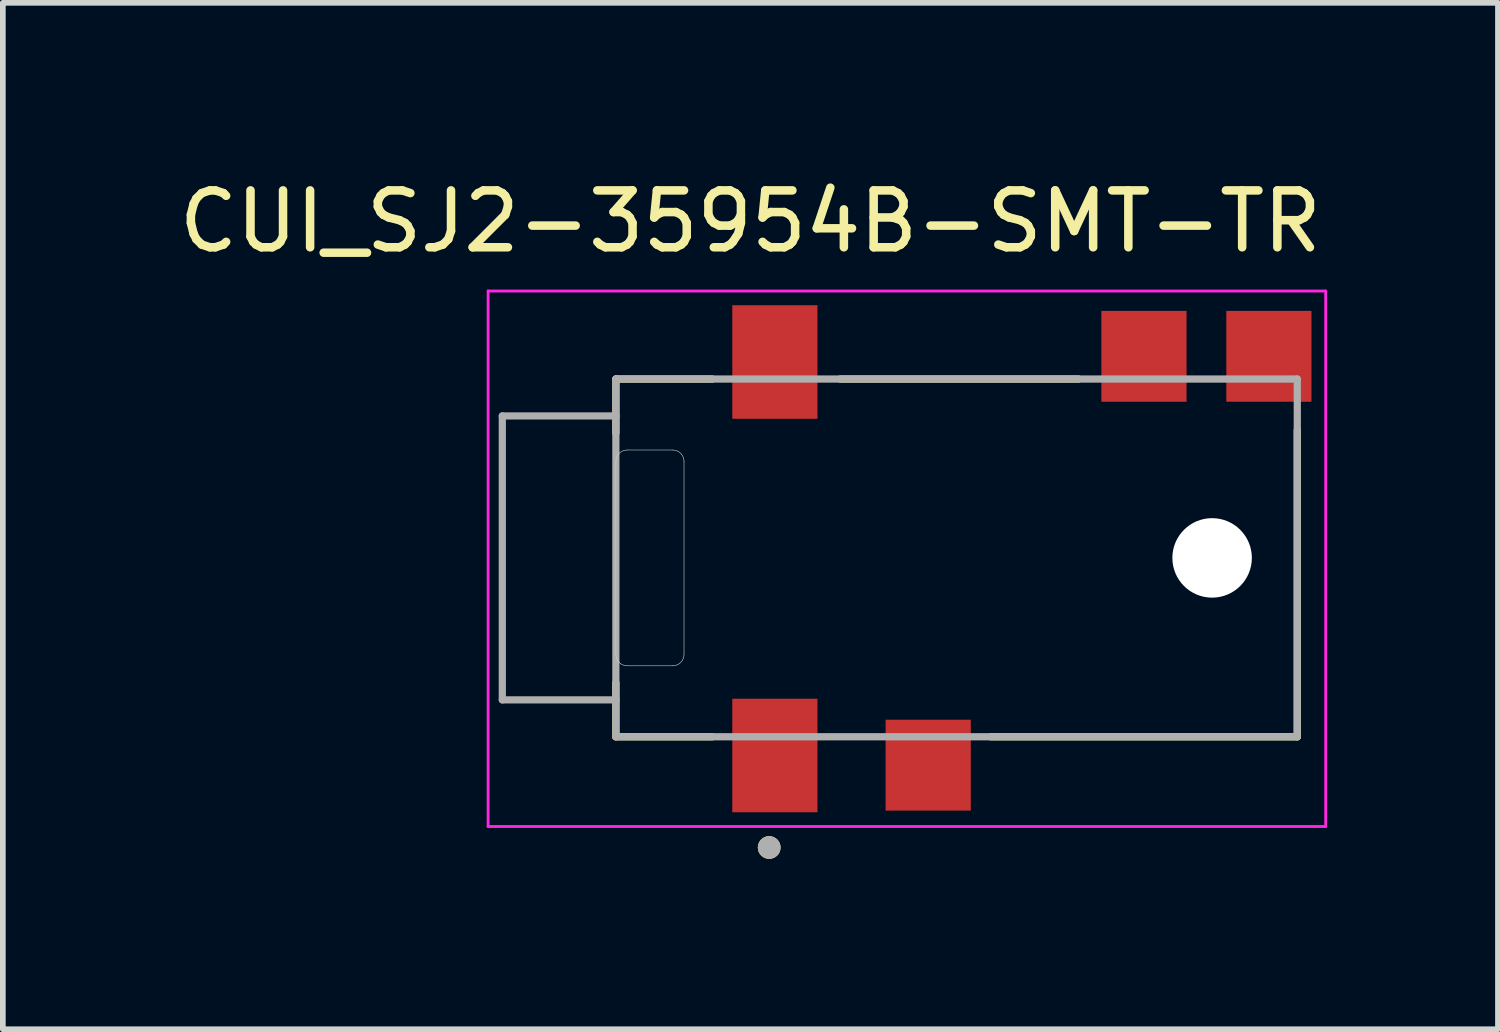
<source format=kicad_pcb>
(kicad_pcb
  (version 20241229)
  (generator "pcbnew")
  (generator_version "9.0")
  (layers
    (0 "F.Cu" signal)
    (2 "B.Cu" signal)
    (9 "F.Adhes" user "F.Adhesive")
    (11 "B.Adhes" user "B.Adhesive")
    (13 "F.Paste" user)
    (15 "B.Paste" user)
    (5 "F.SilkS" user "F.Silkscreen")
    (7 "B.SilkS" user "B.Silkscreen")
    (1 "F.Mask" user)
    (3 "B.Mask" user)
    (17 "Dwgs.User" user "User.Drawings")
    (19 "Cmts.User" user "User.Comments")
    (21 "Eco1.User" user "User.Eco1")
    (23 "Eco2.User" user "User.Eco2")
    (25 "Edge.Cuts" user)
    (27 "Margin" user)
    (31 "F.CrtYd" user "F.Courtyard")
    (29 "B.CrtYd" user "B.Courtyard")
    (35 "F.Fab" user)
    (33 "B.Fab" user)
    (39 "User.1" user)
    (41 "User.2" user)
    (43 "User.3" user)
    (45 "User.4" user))
  (footprint "CUI_SJ2-35954B-SMT-TR"
    (layer "F.Cu")
    (at 13.796 6.775)
    (property "Reference" "CUI_SJ2-35954B-SMT-TR" (at -3.631 -5.926 0) (layer "F.SilkS") (effects (font (size 1.002 1.002) (thickness 0.15))))
    (attr smd)
    (fp_line (start -6 -3.15) (end -6 -2.2) (stroke (width 0.127) (type solid)) (layer "F.SilkS"))
    (fp_line (start -6 2.2) (end -6 3.15) (stroke (width 0.127) (type solid)) (layer "F.SilkS"))
    (fp_line (start -6 3.15) (end -4.3 3.15) (stroke (width 0.127) (type solid)) (layer "F.SilkS"))
    (fp_line (start -4.3 -3.15) (end -6 -3.15) (stroke (width 0.127) (type solid)) (layer "F.SilkS"))
    (fp_line (start -2.05 -3.15) (end 2.15 -3.15) (stroke (width 0.127) (type solid)) (layer "F.SilkS"))
    (fp_line (start 0.6 3.15) (end 6 3.15) (stroke (width 0.127) (type solid)) (layer "F.SilkS"))
    (fp_line (start 6 3.15) (end 6 -2.25) (stroke (width 0.127) (type solid)) (layer "F.SilkS"))
    (fp_circle (center -3.3 5.1) (end -3.2 5.1) (stroke (width 0.2) (type solid)) (fill no) (layer "F.SilkS"))
    (fp_line (start -6 1.7) (end -6 -1.7) (stroke (width 0.01) (type solid)) (layer "Edge.Cuts"))
    (fp_line (start -5.8 -1.9) (end -5 -1.9) (stroke (width 0.01) (type solid)) (layer "Edge.Cuts"))
    (fp_line (start -5 1.9) (end -5.8 1.9) (stroke (width 0.01) (type solid)) (layer "Edge.Cuts"))
    (fp_line (start -4.8 -1.7) (end -4.8 1.7) (stroke (width 0.01) (type solid)) (layer "Edge.Cuts"))
    (fp_arc (start -6 -1.7) (mid -5.941421 -1.841421) (end -5.8 -1.9) (stroke (width 0.01) (type default)) (layer "Edge.Cuts"))
    (fp_arc (start -5.8 1.9) (mid -5.941421 1.841421) (end -6 1.7) (stroke (width 0.01) (type default)) (layer "Edge.Cuts"))
    (fp_arc (start -5 -1.9) (mid -4.858579 -1.841421) (end -4.8 -1.7) (stroke (width 0.01) (type default)) (layer "Edge.Cuts"))
    (fp_arc (start -4.8 1.7) (mid -4.858579 1.841421) (end -5 1.9) (stroke (width 0.01) (type default)) (layer "Edge.Cuts"))
    (fp_line (start -8.25 -4.7) (end 6.5 -4.7) (stroke (width 0.05) (type solid)) (layer "F.CrtYd"))
    (fp_line (start -8.25 4.73) (end -8.25 -4.7) (stroke (width 0.05) (type solid)) (layer "F.CrtYd"))
    (fp_line (start 6.5 -4.7) (end 6.5 4.73) (stroke (width 0.05) (type solid)) (layer "F.CrtYd"))
    (fp_line (start 6.5 4.73) (end -8.25 4.73) (stroke (width 0.05) (type solid)) (layer "F.CrtYd"))
    (fp_line (start -8 -2.5) (end -8 2.5) (stroke (width 0.127) (type solid)) (layer "F.Fab"))
    (fp_line (start -8 2.5) (end -6 2.5) (stroke (width 0.127) (type solid)) (layer "F.Fab"))
    (fp_line (start -6 -3.15) (end 6 -3.15) (stroke (width 0.127) (type solid)) (layer "F.Fab"))
    (fp_line (start -6 -2.5) (end -8 -2.5) (stroke (width 0.127) (type solid)) (layer "F.Fab"))
    (fp_line (start -6 -2.5) (end -6 -3.15) (stroke (width 0.127) (type solid)) (layer "F.Fab"))
    (fp_line (start -6 2.5) (end -6 -2.5) (stroke (width 0.127) (type solid)) (layer "F.Fab"))
    (fp_line (start -6 3.15) (end -6 2.5) (stroke (width 0.127) (type solid)) (layer "F.Fab"))
    (fp_line (start 6 -3.15) (end 6 3.15) (stroke (width 0.127) (type solid)) (layer "F.Fab"))
    (fp_line (start 6 3.15) (end -6 3.15) (stroke (width 0.127) (type solid)) (layer "F.Fab"))
    (fp_circle (center -3.3 5.1) (end -3.2 5.1) (stroke (width 0.2) (type solid)) (fill no) (layer "F.Fab"))
    (pad "" np_thru_hole circle (at 4.5 0) (size 1.4 1.4) (drill 1.4) (layers "*.Cu" "*.Mask"))
    (pad "R1" smd rect (at -0.5 3.65) (size 1.5 1.6) (layers "F.Cu" "F.Mask" "F.Paste"))
    (pad "R2" smd rect (at -3.2 -3.45) (size 1.5 2) (layers "F.Cu" "F.Mask" "F.Paste"))
    (pad "S" smd rect (at -3.2 3.48) (size 1.5 2) (layers "F.Cu" "F.Mask" "F.Paste"))
    (pad "T" smd rect (at 3.3 -3.55) (size 1.5 1.6) (layers "F.Cu" "F.Mask" "F.Paste"))
    (pad "TN" smd rect (at 5.5 -3.55) (size 1.5 1.6) (layers "F.Cu" "F.Mask" "F.Paste")))
  (gr_rect
    (start -3 -3)
    (end 23.33 15.075)
    (stroke (width 0.1) (type default))
    (fill no)
    (layer "Edge.Cuts")))
</source>
